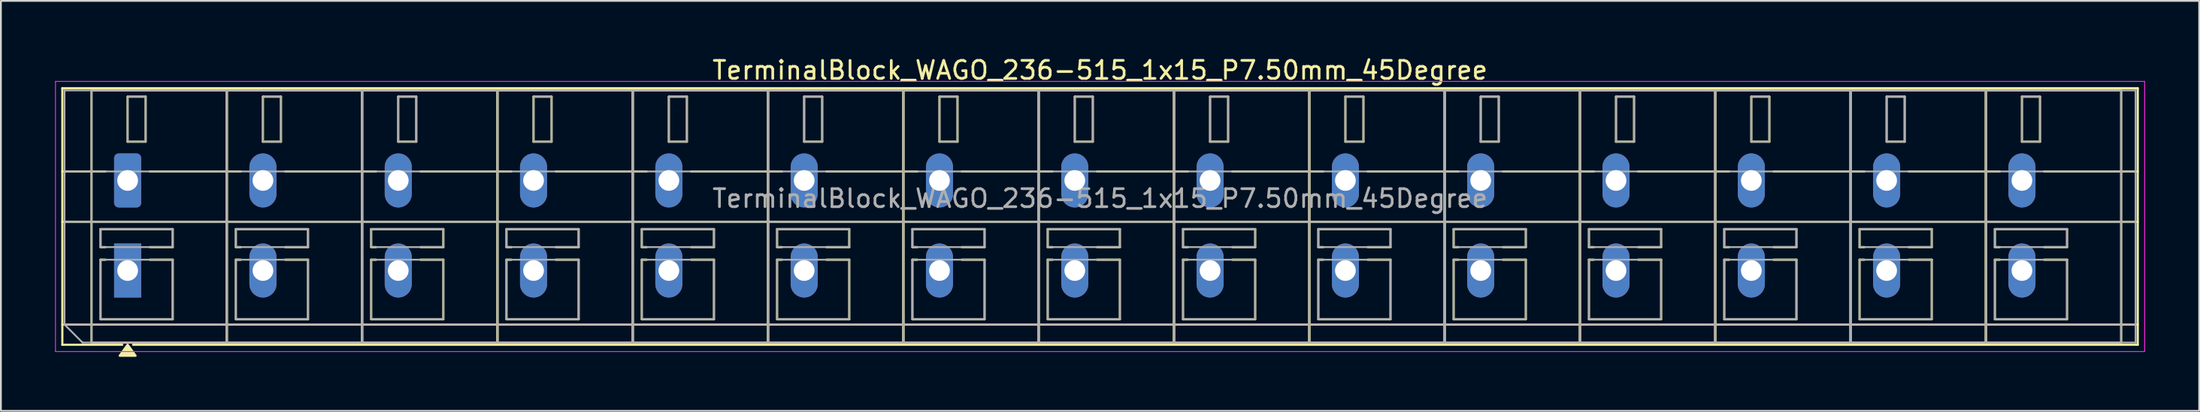
<source format=kicad_pcb>
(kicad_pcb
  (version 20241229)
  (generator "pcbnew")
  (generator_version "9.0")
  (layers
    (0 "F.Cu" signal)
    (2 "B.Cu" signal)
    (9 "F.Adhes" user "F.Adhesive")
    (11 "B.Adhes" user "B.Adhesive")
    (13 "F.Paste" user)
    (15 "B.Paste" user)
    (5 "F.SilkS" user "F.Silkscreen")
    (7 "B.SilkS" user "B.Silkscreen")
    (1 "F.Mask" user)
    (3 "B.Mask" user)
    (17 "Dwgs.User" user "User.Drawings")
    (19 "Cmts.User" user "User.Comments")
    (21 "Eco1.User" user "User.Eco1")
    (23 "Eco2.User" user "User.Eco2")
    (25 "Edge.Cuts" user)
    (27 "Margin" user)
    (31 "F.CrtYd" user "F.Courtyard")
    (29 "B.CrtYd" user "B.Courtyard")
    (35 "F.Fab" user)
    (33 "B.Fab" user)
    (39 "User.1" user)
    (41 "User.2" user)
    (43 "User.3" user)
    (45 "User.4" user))
  (footprint "TerminalBlock_WAGO_236-515_1x15_P7.50mm_45Degree"
    (layer "F.Cu")
    (at 4.025 6.968)
    (property "Reference" "TerminalBlock_WAGO_236-515_1x15_P7.50mm_45Degree" (at 53.9 -6.12 0) (layer "F.SilkS") (effects (font (size 1 1) (thickness 0.15))))
    (attr through_hole)
    (fp_line (start -3.62 -5.12) (end 111.42 -5.12) (stroke (width 0.12) (type solid)) (layer "F.SilkS"))
    (fp_line (start -3.62 -0.5) (end -1.23 -0.5) (stroke (width 0.12) (type solid)) (layer "F.SilkS"))
    (fp_line (start -3.62 2.3) (end 111.42 2.3) (stroke (width 0.12) (type solid)) (layer "F.SilkS"))
    (fp_line (start -3.62 8) (end 111.42 8) (stroke (width 0.12) (type solid)) (layer "F.SilkS"))
    (fp_line (start -3.62 9.12) (end -3.62 -5.12) (stroke (width 0.12) (type solid)) (layer "F.SilkS"))
    (fp_line (start -2 -5) (end 5.5 -5) (stroke (width 0.12) (type solid)) (layer "F.SilkS"))
    (fp_line (start -2 9) (end -2 -5) (stroke (width 0.12) (type solid)) (layer "F.SilkS"))
    (fp_line (start -1.5 2.7) (end 2.5 2.7) (stroke (width 0.12) (type solid)) (layer "F.SilkS"))
    (fp_line (start -1.5 3.7) (end -1.5 2.7) (stroke (width 0.12) (type solid)) (layer "F.SilkS"))
    (fp_line (start -1.5 4.4) (end -1.23 4.4) (stroke (width 0.12) (type solid)) (layer "F.SilkS"))
    (fp_line (start -1.5 7.7) (end -1.5 4.4) (stroke (width 0.12) (type solid)) (layer "F.SilkS"))
    (fp_line (start -1.23 3.7) (end -1.5 3.7) (stroke (width 0.12) (type solid)) (layer "F.SilkS"))
    (fp_line (start -0.3 9.12) (end -3.62 9.12) (stroke (width 0.12) (type solid)) (layer "F.SilkS"))
    (fp_line (start 0 -4.65) (end 1 -4.65) (stroke (width 0.12) (type solid)) (layer "F.SilkS"))
    (fp_line (start 0 -2.15) (end 0 -4.65) (stroke (width 0.12) (type solid)) (layer "F.SilkS"))
    (fp_line (start 1 -4.65) (end 1 -2.15) (stroke (width 0.12) (type solid)) (layer "F.SilkS"))
    (fp_line (start 1 -2.15) (end 0 -2.15) (stroke (width 0.12) (type solid)) (layer "F.SilkS"))
    (fp_line (start 1.23 -0.5) (end 6.27 -0.5) (stroke (width 0.12) (type solid)) (layer "F.SilkS"))
    (fp_line (start 1.23 4.4) (end 2.5 4.4) (stroke (width 0.12) (type solid)) (layer "F.SilkS"))
    (fp_line (start 2.5 2.7) (end 2.5 3.7) (stroke (width 0.12) (type solid)) (layer "F.SilkS"))
    (fp_line (start 2.5 3.7) (end 1.23 3.7) (stroke (width 0.12) (type solid)) (layer "F.SilkS"))
    (fp_line (start 2.5 4.4) (end 2.5 7.7) (stroke (width 0.12) (type solid)) (layer "F.SilkS"))
    (fp_line (start 2.5 7.7) (end -1.5 7.7) (stroke (width 0.12) (type solid)) (layer "F.SilkS"))
    (fp_line (start 5.5 -5) (end 5.5 9) (stroke (width 0.12) (type solid)) (layer "F.SilkS"))
    (fp_line (start 5.5 -5) (end 13 -5) (stroke (width 0.12) (type solid)) (layer "F.SilkS"))
    (fp_line (start 5.5 9) (end -2 9) (stroke (width 0.12) (type solid)) (layer "F.SilkS"))
    (fp_line (start 5.5 9) (end 5.5 -5) (stroke (width 0.12) (type solid)) (layer "F.SilkS"))
    (fp_line (start 6 2.7) (end 10 2.7) (stroke (width 0.12) (type solid)) (layer "F.SilkS"))
    (fp_line (start 6 3.7) (end 6 2.7) (stroke (width 0.12) (type solid)) (layer "F.SilkS"))
    (fp_line (start 6 4.4) (end 6.27 4.4) (stroke (width 0.12) (type solid)) (layer "F.SilkS"))
    (fp_line (start 6 7.7) (end 6 4.4) (stroke (width 0.12) (type solid)) (layer "F.SilkS"))
    (fp_line (start 6.27 3.7) (end 6 3.7) (stroke (width 0.12) (type solid)) (layer "F.SilkS"))
    (fp_line (start 7.5 -4.65) (end 8.5 -4.65) (stroke (width 0.12) (type solid)) (layer "F.SilkS"))
    (fp_line (start 7.5 -2.15) (end 7.5 -4.65) (stroke (width 0.12) (type solid)) (layer "F.SilkS"))
    (fp_line (start 8.5 -4.65) (end 8.5 -2.15) (stroke (width 0.12) (type solid)) (layer "F.SilkS"))
    (fp_line (start 8.5 -2.15) (end 7.5 -2.15) (stroke (width 0.12) (type solid)) (layer "F.SilkS"))
    (fp_line (start 8.73 -0.5) (end 13.77 -0.5) (stroke (width 0.12) (type solid)) (layer "F.SilkS"))
    (fp_line (start 8.73 4.4) (end 10 4.4) (stroke (width 0.12) (type solid)) (layer "F.SilkS"))
    (fp_line (start 10 2.7) (end 10 3.7) (stroke (width 0.12) (type solid)) (layer "F.SilkS"))
    (fp_line (start 10 3.7) (end 8.73 3.7) (stroke (width 0.12) (type solid)) (layer "F.SilkS"))
    (fp_line (start 10 4.4) (end 10 7.7) (stroke (width 0.12) (type solid)) (layer "F.SilkS"))
    (fp_line (start 10 7.7) (end 6 7.7) (stroke (width 0.12) (type solid)) (layer "F.SilkS"))
    (fp_line (start 13 -5) (end 13 9) (stroke (width 0.12) (type solid)) (layer "F.SilkS"))
    (fp_line (start 13 -5) (end 20.5 -5) (stroke (width 0.12) (type solid)) (layer "F.SilkS"))
    (fp_line (start 13 9) (end 5.5 9) (stroke (width 0.12) (type solid)) (layer "F.SilkS"))
    (fp_line (start 13 9) (end 13 -5) (stroke (width 0.12) (type solid)) (layer "F.SilkS"))
    (fp_line (start 13.5 2.7) (end 17.5 2.7) (stroke (width 0.12) (type solid)) (layer "F.SilkS"))
    (fp_line (start 13.5 3.7) (end 13.5 2.7) (stroke (width 0.12) (type solid)) (layer "F.SilkS"))
    (fp_line (start 13.5 4.4) (end 13.77 4.4) (stroke (width 0.12) (type solid)) (layer "F.SilkS"))
    (fp_line (start 13.5 7.7) (end 13.5 4.4) (stroke (width 0.12) (type solid)) (layer "F.SilkS"))
    (fp_line (start 13.77 3.7) (end 13.5 3.7) (stroke (width 0.12) (type solid)) (layer "F.SilkS"))
    (fp_line (start 15 -4.65) (end 16 -4.65) (stroke (width 0.12) (type solid)) (layer "F.SilkS"))
    (fp_line (start 15 -2.15) (end 15 -4.65) (stroke (width 0.12) (type solid)) (layer "F.SilkS"))
    (fp_line (start 16 -4.65) (end 16 -2.15) (stroke (width 0.12) (type solid)) (layer "F.SilkS"))
    (fp_line (start 16 -2.15) (end 15 -2.15) (stroke (width 0.12) (type solid)) (layer "F.SilkS"))
    (fp_line (start 16.23 -0.5) (end 21.27 -0.5) (stroke (width 0.12) (type solid)) (layer "F.SilkS"))
    (fp_line (start 16.23 4.4) (end 17.5 4.4) (stroke (width 0.12) (type solid)) (layer "F.SilkS"))
    (fp_line (start 17.5 2.7) (end 17.5 3.7) (stroke (width 0.12) (type solid)) (layer "F.SilkS"))
    (fp_line (start 17.5 3.7) (end 16.23 3.7) (stroke (width 0.12) (type solid)) (layer "F.SilkS"))
    (fp_line (start 17.5 4.4) (end 17.5 7.7) (stroke (width 0.12) (type solid)) (layer "F.SilkS"))
    (fp_line (start 17.5 7.7) (end 13.5 7.7) (stroke (width 0.12) (type solid)) (layer "F.SilkS"))
    (fp_line (start 20.5 -5) (end 20.5 9) (stroke (width 0.12) (type solid)) (layer "F.SilkS"))
    (fp_line (start 20.5 -5) (end 28 -5) (stroke (width 0.12) (type solid)) (layer "F.SilkS"))
    (fp_line (start 20.5 9) (end 13 9) (stroke (width 0.12) (type solid)) (layer "F.SilkS"))
    (fp_line (start 20.5 9) (end 20.5 -5) (stroke (width 0.12) (type solid)) (layer "F.SilkS"))
    (fp_line (start 21 2.7) (end 25 2.7) (stroke (width 0.12) (type solid)) (layer "F.SilkS"))
    (fp_line (start 21 3.7) (end 21 2.7) (stroke (width 0.12) (type solid)) (layer "F.SilkS"))
    (fp_line (start 21 4.4) (end 21.27 4.4) (stroke (width 0.12) (type solid)) (layer "F.SilkS"))
    (fp_line (start 21 7.7) (end 21 4.4) (stroke (width 0.12) (type solid)) (layer "F.SilkS"))
    (fp_line (start 21.27 3.7) (end 21 3.7) (stroke (width 0.12) (type solid)) (layer "F.SilkS"))
    (fp_line (start 22.5 -4.65) (end 23.5 -4.65) (stroke (width 0.12) (type solid)) (layer "F.SilkS"))
    (fp_line (start 22.5 -2.15) (end 22.5 -4.65) (stroke (width 0.12) (type solid)) (layer "F.SilkS"))
    (fp_line (start 23.5 -4.65) (end 23.5 -2.15) (stroke (width 0.12) (type solid)) (layer "F.SilkS"))
    (fp_line (start 23.5 -2.15) (end 22.5 -2.15) (stroke (width 0.12) (type solid)) (layer "F.SilkS"))
    (fp_line (start 23.73 -0.5) (end 28.77 -0.5) (stroke (width 0.12) (type solid)) (layer "F.SilkS"))
    (fp_line (start 23.73 4.4) (end 25 4.4) (stroke (width 0.12) (type solid)) (layer "F.SilkS"))
    (fp_line (start 25 2.7) (end 25 3.7) (stroke (width 0.12) (type solid)) (layer "F.SilkS"))
    (fp_line (start 25 3.7) (end 23.73 3.7) (stroke (width 0.12) (type solid)) (layer "F.SilkS"))
    (fp_line (start 25 4.4) (end 25 7.7) (stroke (width 0.12) (type solid)) (layer "F.SilkS"))
    (fp_line (start 25 7.7) (end 21 7.7) (stroke (width 0.12) (type solid)) (layer "F.SilkS"))
    (fp_line (start 28 -5) (end 28 9) (stroke (width 0.12) (type solid)) (layer "F.SilkS"))
    (fp_line (start 28 -5) (end 35.5 -5) (stroke (width 0.12) (type solid)) (layer "F.SilkS"))
    (fp_line (start 28 9) (end 20.5 9) (stroke (width 0.12) (type solid)) (layer "F.SilkS"))
    (fp_line (start 28 9) (end 28 -5) (stroke (width 0.12) (type solid)) (layer "F.SilkS"))
    (fp_line (start 28.5 2.7) (end 32.5 2.7) (stroke (width 0.12) (type solid)) (layer "F.SilkS"))
    (fp_line (start 28.5 3.7) (end 28.5 2.7) (stroke (width 0.12) (type solid)) (layer "F.SilkS"))
    (fp_line (start 28.5 4.4) (end 28.77 4.4) (stroke (width 0.12) (type solid)) (layer "F.SilkS"))
    (fp_line (start 28.5 7.7) (end 28.5 4.4) (stroke (width 0.12) (type solid)) (layer "F.SilkS"))
    (fp_line (start 28.77 3.7) (end 28.5 3.7) (stroke (width 0.12) (type solid)) (layer "F.SilkS"))
    (fp_line (start 30 -4.65) (end 31 -4.65) (stroke (width 0.12) (type solid)) (layer "F.SilkS"))
    (fp_line (start 30 -2.15) (end 30 -4.65) (stroke (width 0.12) (type solid)) (layer "F.SilkS"))
    (fp_line (start 31 -4.65) (end 31 -2.15) (stroke (width 0.12) (type solid)) (layer "F.SilkS"))
    (fp_line (start 31 -2.15) (end 30 -2.15) (stroke (width 0.12) (type solid)) (layer "F.SilkS"))
    (fp_line (start 31.23 -0.5) (end 36.27 -0.5) (stroke (width 0.12) (type solid)) (layer "F.SilkS"))
    (fp_line (start 31.23 4.4) (end 32.5 4.4) (stroke (width 0.12) (type solid)) (layer "F.SilkS"))
    (fp_line (start 32.5 2.7) (end 32.5 3.7) (stroke (width 0.12) (type solid)) (layer "F.SilkS"))
    (fp_line (start 32.5 3.7) (end 31.23 3.7) (stroke (width 0.12) (type solid)) (layer "F.SilkS"))
    (fp_line (start 32.5 4.4) (end 32.5 7.7) (stroke (width 0.12) (type solid)) (layer "F.SilkS"))
    (fp_line (start 32.5 7.7) (end 28.5 7.7) (stroke (width 0.12) (type solid)) (layer "F.SilkS"))
    (fp_line (start 35.5 -5) (end 35.5 9) (stroke (width 0.12) (type solid)) (layer "F.SilkS"))
    (fp_line (start 35.5 -5) (end 43 -5) (stroke (width 0.12) (type solid)) (layer "F.SilkS"))
    (fp_line (start 35.5 9) (end 28 9) (stroke (width 0.12) (type solid)) (layer "F.SilkS"))
    (fp_line (start 35.5 9) (end 35.5 -5) (stroke (width 0.12) (type solid)) (layer "F.SilkS"))
    (fp_line (start 36 2.7) (end 40 2.7) (stroke (width 0.12) (type solid)) (layer "F.SilkS"))
    (fp_line (start 36 3.7) (end 36 2.7) (stroke (width 0.12) (type solid)) (layer "F.SilkS"))
    (fp_line (start 36 4.4) (end 36.27 4.4) (stroke (width 0.12) (type solid)) (layer "F.SilkS"))
    (fp_line (start 36 7.7) (end 36 4.4) (stroke (width 0.12) (type solid)) (layer "F.SilkS"))
    (fp_line (start 36.27 3.7) (end 36 3.7) (stroke (width 0.12) (type solid)) (layer "F.SilkS"))
    (fp_line (start 37.5 -4.65) (end 38.5 -4.65) (stroke (width 0.12) (type solid)) (layer "F.SilkS"))
    (fp_line (start 37.5 -2.15) (end 37.5 -4.65) (stroke (width 0.12) (type solid)) (layer "F.SilkS"))
    (fp_line (start 38.5 -4.65) (end 38.5 -2.15) (stroke (width 0.12) (type solid)) (layer "F.SilkS"))
    (fp_line (start 38.5 -2.15) (end 37.5 -2.15) (stroke (width 0.12) (type solid)) (layer "F.SilkS"))
    (fp_line (start 38.73 -0.5) (end 43.77 -0.5) (stroke (width 0.12) (type solid)) (layer "F.SilkS"))
    (fp_line (start 38.73 4.4) (end 40 4.4) (stroke (width 0.12) (type solid)) (layer "F.SilkS"))
    (fp_line (start 40 2.7) (end 40 3.7) (stroke (width 0.12) (type solid)) (layer "F.SilkS"))
    (fp_line (start 40 3.7) (end 38.73 3.7) (stroke (width 0.12) (type solid)) (layer "F.SilkS"))
    (fp_line (start 40 4.4) (end 40 7.7) (stroke (width 0.12) (type solid)) (layer "F.SilkS"))
    (fp_line (start 40 7.7) (end 36 7.7) (stroke (width 0.12) (type solid)) (layer "F.SilkS"))
    (fp_line (start 43 -5) (end 43 9) (stroke (width 0.12) (type solid)) (layer "F.SilkS"))
    (fp_line (start 43 -5) (end 50.5 -5) (stroke (width 0.12) (type solid)) (layer "F.SilkS"))
    (fp_line (start 43 9) (end 35.5 9) (stroke (width 0.12) (type solid)) (layer "F.SilkS"))
    (fp_line (start 43 9) (end 43 -5) (stroke (width 0.12) (type solid)) (layer "F.SilkS"))
    (fp_line (start 43.5 2.7) (end 47.5 2.7) (stroke (width 0.12) (type solid)) (layer "F.SilkS"))
    (fp_line (start 43.5 3.7) (end 43.5 2.7) (stroke (width 0.12) (type solid)) (layer "F.SilkS"))
    (fp_line (start 43.5 4.4) (end 43.77 4.4) (stroke (width 0.12) (type solid)) (layer "F.SilkS"))
    (fp_line (start 43.5 7.7) (end 43.5 4.4) (stroke (width 0.12) (type solid)) (layer "F.SilkS"))
    (fp_line (start 43.77 3.7) (end 43.5 3.7) (stroke (width 0.12) (type solid)) (layer "F.SilkS"))
    (fp_line (start 45 -4.65) (end 46 -4.65) (stroke (width 0.12) (type solid)) (layer "F.SilkS"))
    (fp_line (start 45 -2.15) (end 45 -4.65) (stroke (width 0.12) (type solid)) (layer "F.SilkS"))
    (fp_line (start 46 -4.65) (end 46 -2.15) (stroke (width 0.12) (type solid)) (layer "F.SilkS"))
    (fp_line (start 46 -2.15) (end 45 -2.15) (stroke (width 0.12) (type solid)) (layer "F.SilkS"))
    (fp_line (start 46.23 -0.5) (end 51.27 -0.5) (stroke (width 0.12) (type solid)) (layer "F.SilkS"))
    (fp_line (start 46.23 4.4) (end 47.5 4.4) (stroke (width 0.12) (type solid)) (layer "F.SilkS"))
    (fp_line (start 47.5 2.7) (end 47.5 3.7) (stroke (width 0.12) (type solid)) (layer "F.SilkS"))
    (fp_line (start 47.5 3.7) (end 46.23 3.7) (stroke (width 0.12) (type solid)) (layer "F.SilkS"))
    (fp_line (start 47.5 4.4) (end 47.5 7.7) (stroke (width 0.12) (type solid)) (layer "F.SilkS"))
    (fp_line (start 47.5 7.7) (end 43.5 7.7) (stroke (width 0.12) (type solid)) (layer "F.SilkS"))
    (fp_line (start 50.5 -5) (end 50.5 9) (stroke (width 0.12) (type solid)) (layer "F.SilkS"))
    (fp_line (start 50.5 -5) (end 58 -5) (stroke (width 0.12) (type solid)) (layer "F.SilkS"))
    (fp_line (start 50.5 9) (end 43 9) (stroke (width 0.12) (type solid)) (layer "F.SilkS"))
    (fp_line (start 50.5 9) (end 50.5 -5) (stroke (width 0.12) (type solid)) (layer "F.SilkS"))
    (fp_line (start 51 2.7) (end 55 2.7) (stroke (width 0.12) (type solid)) (layer "F.SilkS"))
    (fp_line (start 51 3.7) (end 51 2.7) (stroke (width 0.12) (type solid)) (layer "F.SilkS"))
    (fp_line (start 51 4.4) (end 51.27 4.4) (stroke (width 0.12) (type solid)) (layer "F.SilkS"))
    (fp_line (start 51 7.7) (end 51 4.4) (stroke (width 0.12) (type solid)) (layer "F.SilkS"))
    (fp_line (start 51.27 3.7) (end 51 3.7) (stroke (width 0.12) (type solid)) (layer "F.SilkS"))
    (fp_line (start 52.5 -4.65) (end 53.5 -4.65) (stroke (width 0.12) (type solid)) (layer "F.SilkS"))
    (fp_line (start 52.5 -2.15) (end 52.5 -4.65) (stroke (width 0.12) (type solid)) (layer "F.SilkS"))
    (fp_line (start 53.5 -4.65) (end 53.5 -2.15) (stroke (width 0.12) (type solid)) (layer "F.SilkS"))
    (fp_line (start 53.5 -2.15) (end 52.5 -2.15) (stroke (width 0.12) (type solid)) (layer "F.SilkS"))
    (fp_line (start 53.73 -0.5) (end 58.77 -0.5) (stroke (width 0.12) (type solid)) (layer "F.SilkS"))
    (fp_line (start 53.73 4.4) (end 55 4.4) (stroke (width 0.12) (type solid)) (layer "F.SilkS"))
    (fp_line (start 55 2.7) (end 55 3.7) (stroke (width 0.12) (type solid)) (layer "F.SilkS"))
    (fp_line (start 55 3.7) (end 53.73 3.7) (stroke (width 0.12) (type solid)) (layer "F.SilkS"))
    (fp_line (start 55 4.4) (end 55 7.7) (stroke (width 0.12) (type solid)) (layer "F.SilkS"))
    (fp_line (start 55 7.7) (end 51 7.7) (stroke (width 0.12) (type solid)) (layer "F.SilkS"))
    (fp_line (start 58 -5) (end 58 9) (stroke (width 0.12) (type solid)) (layer "F.SilkS"))
    (fp_line (start 58 -5) (end 65.5 -5) (stroke (width 0.12) (type solid)) (layer "F.SilkS"))
    (fp_line (start 58 9) (end 50.5 9) (stroke (width 0.12) (type solid)) (layer "F.SilkS"))
    (fp_line (start 58 9) (end 58 -5) (stroke (width 0.12) (type solid)) (layer "F.SilkS"))
    (fp_line (start 58.5 2.7) (end 62.5 2.7) (stroke (width 0.12) (type solid)) (layer "F.SilkS"))
    (fp_line (start 58.5 3.7) (end 58.5 2.7) (stroke (width 0.12) (type solid)) (layer "F.SilkS"))
    (fp_line (start 58.5 4.4) (end 58.77 4.4) (stroke (width 0.12) (type solid)) (layer "F.SilkS"))
    (fp_line (start 58.5 7.7) (end 58.5 4.4) (stroke (width 0.12) (type solid)) (layer "F.SilkS"))
    (fp_line (start 58.77 3.7) (end 58.5 3.7) (stroke (width 0.12) (type solid)) (layer "F.SilkS"))
    (fp_line (start 60 -4.65) (end 61 -4.65) (stroke (width 0.12) (type solid)) (layer "F.SilkS"))
    (fp_line (start 60 -2.15) (end 60 -4.65) (stroke (width 0.12) (type solid)) (layer "F.SilkS"))
    (fp_line (start 61 -4.65) (end 61 -2.15) (stroke (width 0.12) (type solid)) (layer "F.SilkS"))
    (fp_line (start 61 -2.15) (end 60 -2.15) (stroke (width 0.12) (type solid)) (layer "F.SilkS"))
    (fp_line (start 61.23 -0.5) (end 66.27 -0.5) (stroke (width 0.12) (type solid)) (layer "F.SilkS"))
    (fp_line (start 61.23 4.4) (end 62.5 4.4) (stroke (width 0.12) (type solid)) (layer "F.SilkS"))
    (fp_line (start 62.5 2.7) (end 62.5 3.7) (stroke (width 0.12) (type solid)) (layer "F.SilkS"))
    (fp_line (start 62.5 3.7) (end 61.23 3.7) (stroke (width 0.12) (type solid)) (layer "F.SilkS"))
    (fp_line (start 62.5 4.4) (end 62.5 7.7) (stroke (width 0.12) (type solid)) (layer "F.SilkS"))
    (fp_line (start 62.5 7.7) (end 58.5 7.7) (stroke (width 0.12) (type solid)) (layer "F.SilkS"))
    (fp_line (start 65.5 -5) (end 65.5 9) (stroke (width 0.12) (type solid)) (layer "F.SilkS"))
    (fp_line (start 65.5 -5) (end 73 -5) (stroke (width 0.12) (type solid)) (layer "F.SilkS"))
    (fp_line (start 65.5 9) (end 58 9) (stroke (width 0.12) (type solid)) (layer "F.SilkS"))
    (fp_line (start 65.5 9) (end 65.5 -5) (stroke (width 0.12) (type solid)) (layer "F.SilkS"))
    (fp_line (start 66 2.7) (end 70 2.7) (stroke (width 0.12) (type solid)) (layer "F.SilkS"))
    (fp_line (start 66 3.7) (end 66 2.7) (stroke (width 0.12) (type solid)) (layer "F.SilkS"))
    (fp_line (start 66 4.4) (end 66.27 4.4) (stroke (width 0.12) (type solid)) (layer "F.SilkS"))
    (fp_line (start 66 7.7) (end 66 4.4) (stroke (width 0.12) (type solid)) (layer "F.SilkS"))
    (fp_line (start 66.27 3.7) (end 66 3.7) (stroke (width 0.12) (type solid)) (layer "F.SilkS"))
    (fp_line (start 67.5 -4.65) (end 68.5 -4.65) (stroke (width 0.12) (type solid)) (layer "F.SilkS"))
    (fp_line (start 67.5 -2.15) (end 67.5 -4.65) (stroke (width 0.12) (type solid)) (layer "F.SilkS"))
    (fp_line (start 68.5 -4.65) (end 68.5 -2.15) (stroke (width 0.12) (type solid)) (layer "F.SilkS"))
    (fp_line (start 68.5 -2.15) (end 67.5 -2.15) (stroke (width 0.12) (type solid)) (layer "F.SilkS"))
    (fp_line (start 68.73 -0.5) (end 73.77 -0.5) (stroke (width 0.12) (type solid)) (layer "F.SilkS"))
    (fp_line (start 68.73 4.4) (end 70 4.4) (stroke (width 0.12) (type solid)) (layer "F.SilkS"))
    (fp_line (start 70 2.7) (end 70 3.7) (stroke (width 0.12) (type solid)) (layer "F.SilkS"))
    (fp_line (start 70 3.7) (end 68.73 3.7) (stroke (width 0.12) (type solid)) (layer "F.SilkS"))
    (fp_line (start 70 4.4) (end 70 7.7) (stroke (width 0.12) (type solid)) (layer "F.SilkS"))
    (fp_line (start 70 7.7) (end 66 7.7) (stroke (width 0.12) (type solid)) (layer "F.SilkS"))
    (fp_line (start 73 -5) (end 73 9) (stroke (width 0.12) (type solid)) (layer "F.SilkS"))
    (fp_line (start 73 -5) (end 80.5 -5) (stroke (width 0.12) (type solid)) (layer "F.SilkS"))
    (fp_line (start 73 9) (end 65.5 9) (stroke (width 0.12) (type solid)) (layer "F.SilkS"))
    (fp_line (start 73 9) (end 73 -5) (stroke (width 0.12) (type solid)) (layer "F.SilkS"))
    (fp_line (start 73.5 2.7) (end 77.5 2.7) (stroke (width 0.12) (type solid)) (layer "F.SilkS"))
    (fp_line (start 73.5 3.7) (end 73.5 2.7) (stroke (width 0.12) (type solid)) (layer "F.SilkS"))
    (fp_line (start 73.5 4.4) (end 73.77 4.4) (stroke (width 0.12) (type solid)) (layer "F.SilkS"))
    (fp_line (start 73.5 7.7) (end 73.5 4.4) (stroke (width 0.12) (type solid)) (layer "F.SilkS"))
    (fp_line (start 73.77 3.7) (end 73.5 3.7) (stroke (width 0.12) (type solid)) (layer "F.SilkS"))
    (fp_line (start 75 -4.65) (end 76 -4.65) (stroke (width 0.12) (type solid)) (layer "F.SilkS"))
    (fp_line (start 75 -2.15) (end 75 -4.65) (stroke (width 0.12) (type solid)) (layer "F.SilkS"))
    (fp_line (start 76 -4.65) (end 76 -2.15) (stroke (width 0.12) (type solid)) (layer "F.SilkS"))
    (fp_line (start 76 -2.15) (end 75 -2.15) (stroke (width 0.12) (type solid)) (layer "F.SilkS"))
    (fp_line (start 76.23 -0.5) (end 81.27 -0.5) (stroke (width 0.12) (type solid)) (layer "F.SilkS"))
    (fp_line (start 76.23 4.4) (end 77.5 4.4) (stroke (width 0.12) (type solid)) (layer "F.SilkS"))
    (fp_line (start 77.5 2.7) (end 77.5 3.7) (stroke (width 0.12) (type solid)) (layer "F.SilkS"))
    (fp_line (start 77.5 3.7) (end 76.23 3.7) (stroke (width 0.12) (type solid)) (layer "F.SilkS"))
    (fp_line (start 77.5 4.4) (end 77.5 7.7) (stroke (width 0.12) (type solid)) (layer "F.SilkS"))
    (fp_line (start 77.5 7.7) (end 73.5 7.7) (stroke (width 0.12) (type solid)) (layer "F.SilkS"))
    (fp_line (start 80.5 -5) (end 80.5 9) (stroke (width 0.12) (type solid)) (layer "F.SilkS"))
    (fp_line (start 80.5 -5) (end 88 -5) (stroke (width 0.12) (type solid)) (layer "F.SilkS"))
    (fp_line (start 80.5 9) (end 73 9) (stroke (width 0.12) (type solid)) (layer "F.SilkS"))
    (fp_line (start 80.5 9) (end 80.5 -5) (stroke (width 0.12) (type solid)) (layer "F.SilkS"))
    (fp_line (start 81 2.7) (end 85 2.7) (stroke (width 0.12) (type solid)) (layer "F.SilkS"))
    (fp_line (start 81 3.7) (end 81 2.7) (stroke (width 0.12) (type solid)) (layer "F.SilkS"))
    (fp_line (start 81 4.4) (end 81.27 4.4) (stroke (width 0.12) (type solid)) (layer "F.SilkS"))
    (fp_line (start 81 7.7) (end 81 4.4) (stroke (width 0.12) (type solid)) (layer "F.SilkS"))
    (fp_line (start 81.27 3.7) (end 81 3.7) (stroke (width 0.12) (type solid)) (layer "F.SilkS"))
    (fp_line (start 82.5 -4.65) (end 83.5 -4.65) (stroke (width 0.12) (type solid)) (layer "F.SilkS"))
    (fp_line (start 82.5 -2.15) (end 82.5 -4.65) (stroke (width 0.12) (type solid)) (layer "F.SilkS"))
    (fp_line (start 83.5 -4.65) (end 83.5 -2.15) (stroke (width 0.12) (type solid)) (layer "F.SilkS"))
    (fp_line (start 83.5 -2.15) (end 82.5 -2.15) (stroke (width 0.12) (type solid)) (layer "F.SilkS"))
    (fp_line (start 83.73 -0.5) (end 88.77 -0.5) (stroke (width 0.12) (type solid)) (layer "F.SilkS"))
    (fp_line (start 83.73 4.4) (end 85 4.4) (stroke (width 0.12) (type solid)) (layer "F.SilkS"))
    (fp_line (start 85 2.7) (end 85 3.7) (stroke (width 0.12) (type solid)) (layer "F.SilkS"))
    (fp_line (start 85 3.7) (end 83.73 3.7) (stroke (width 0.12) (type solid)) (layer "F.SilkS"))
    (fp_line (start 85 4.4) (end 85 7.7) (stroke (width 0.12) (type solid)) (layer "F.SilkS"))
    (fp_line (start 85 7.7) (end 81 7.7) (stroke (width 0.12) (type solid)) (layer "F.SilkS"))
    (fp_line (start 88 -5) (end 88 9) (stroke (width 0.12) (type solid)) (layer "F.SilkS"))
    (fp_line (start 88 -5) (end 95.5 -5) (stroke (width 0.12) (type solid)) (layer "F.SilkS"))
    (fp_line (start 88 9) (end 80.5 9) (stroke (width 0.12) (type solid)) (layer "F.SilkS"))
    (fp_line (start 88 9) (end 88 -5) (stroke (width 0.12) (type solid)) (layer "F.SilkS"))
    (fp_line (start 88.5 2.7) (end 92.5 2.7) (stroke (width 0.12) (type solid)) (layer "F.SilkS"))
    (fp_line (start 88.5 3.7) (end 88.5 2.7) (stroke (width 0.12) (type solid)) (layer "F.SilkS"))
    (fp_line (start 88.5 4.4) (end 88.77 4.4) (stroke (width 0.12) (type solid)) (layer "F.SilkS"))
    (fp_line (start 88.5 7.7) (end 88.5 4.4) (stroke (width 0.12) (type solid)) (layer "F.SilkS"))
    (fp_line (start 88.77 3.7) (end 88.5 3.7) (stroke (width 0.12) (type solid)) (layer "F.SilkS"))
    (fp_line (start 90 -4.65) (end 91 -4.65) (stroke (width 0.12) (type solid)) (layer "F.SilkS"))
    (fp_line (start 90 -2.15) (end 90 -4.65) (stroke (width 0.12) (type solid)) (layer "F.SilkS"))
    (fp_line (start 91 -4.65) (end 91 -2.15) (stroke (width 0.12) (type solid)) (layer "F.SilkS"))
    (fp_line (start 91 -2.15) (end 90 -2.15) (stroke (width 0.12) (type solid)) (layer "F.SilkS"))
    (fp_line (start 91.23 -0.5) (end 96.27 -0.5) (stroke (width 0.12) (type solid)) (layer "F.SilkS"))
    (fp_line (start 91.23 4.4) (end 92.5 4.4) (stroke (width 0.12) (type solid)) (layer "F.SilkS"))
    (fp_line (start 92.5 2.7) (end 92.5 3.7) (stroke (width 0.12) (type solid)) (layer "F.SilkS"))
    (fp_line (start 92.5 3.7) (end 91.23 3.7) (stroke (width 0.12) (type solid)) (layer "F.SilkS"))
    (fp_line (start 92.5 4.4) (end 92.5 7.7) (stroke (width 0.12) (type solid)) (layer "F.SilkS"))
    (fp_line (start 92.5 7.7) (end 88.5 7.7) (stroke (width 0.12) (type solid)) (layer "F.SilkS"))
    (fp_line (start 95.5 -5) (end 95.5 9) (stroke (width 0.12) (type solid)) (layer "F.SilkS"))
    (fp_line (start 95.5 -5) (end 103 -5) (stroke (width 0.12) (type solid)) (layer "F.SilkS"))
    (fp_line (start 95.5 9) (end 88 9) (stroke (width 0.12) (type solid)) (layer "F.SilkS"))
    (fp_line (start 95.5 9) (end 95.5 -5) (stroke (width 0.12) (type solid)) (layer "F.SilkS"))
    (fp_line (start 96 2.7) (end 100 2.7) (stroke (width 0.12) (type solid)) (layer "F.SilkS"))
    (fp_line (start 96 3.7) (end 96 2.7) (stroke (width 0.12) (type solid)) (layer "F.SilkS"))
    (fp_line (start 96 4.4) (end 96.27 4.4) (stroke (width 0.12) (type solid)) (layer "F.SilkS"))
    (fp_line (start 96 7.7) (end 96 4.4) (stroke (width 0.12) (type solid)) (layer "F.SilkS"))
    (fp_line (start 96.27 3.7) (end 96 3.7) (stroke (width 0.12) (type solid)) (layer "F.SilkS"))
    (fp_line (start 97.5 -4.65) (end 98.5 -4.65) (stroke (width 0.12) (type solid)) (layer "F.SilkS"))
    (fp_line (start 97.5 -2.15) (end 97.5 -4.65) (stroke (width 0.12) (type solid)) (layer "F.SilkS"))
    (fp_line (start 98.5 -4.65) (end 98.5 -2.15) (stroke (width 0.12) (type solid)) (layer "F.SilkS"))
    (fp_line (start 98.5 -2.15) (end 97.5 -2.15) (stroke (width 0.12) (type solid)) (layer "F.SilkS"))
    (fp_line (start 98.73 -0.5) (end 103.77 -0.5) (stroke (width 0.12) (type solid)) (layer "F.SilkS"))
    (fp_line (start 98.73 4.4) (end 100 4.4) (stroke (width 0.12) (type solid)) (layer "F.SilkS"))
    (fp_line (start 100 2.7) (end 100 3.7) (stroke (width 0.12) (type solid)) (layer "F.SilkS"))
    (fp_line (start 100 3.7) (end 98.73 3.7) (stroke (width 0.12) (type solid)) (layer "F.SilkS"))
    (fp_line (start 100 4.4) (end 100 7.7) (stroke (width 0.12) (type solid)) (layer "F.SilkS"))
    (fp_line (start 100 7.7) (end 96 7.7) (stroke (width 0.12) (type solid)) (layer "F.SilkS"))
    (fp_line (start 103 -5) (end 103 9) (stroke (width 0.12) (type solid)) (layer "F.SilkS"))
    (fp_line (start 103 -5) (end 110.5 -5) (stroke (width 0.12) (type solid)) (layer "F.SilkS"))
    (fp_line (start 103 9) (end 95.5 9) (stroke (width 0.12) (type solid)) (layer "F.SilkS"))
    (fp_line (start 103 9) (end 103 -5) (stroke (width 0.12) (type solid)) (layer "F.SilkS"))
    (fp_line (start 103.5 2.7) (end 107.5 2.7) (stroke (width 0.12) (type solid)) (layer "F.SilkS"))
    (fp_line (start 103.5 3.7) (end 103.5 2.7) (stroke (width 0.12) (type solid)) (layer "F.SilkS"))
    (fp_line (start 103.5 4.4) (end 103.77 4.4) (stroke (width 0.12) (type solid)) (layer "F.SilkS"))
    (fp_line (start 103.5 7.7) (end 103.5 4.4) (stroke (width 0.12) (type solid)) (layer "F.SilkS"))
    (fp_line (start 103.77 3.7) (end 103.5 3.7) (stroke (width 0.12) (type solid)) (layer "F.SilkS"))
    (fp_line (start 105 -4.65) (end 106 -4.65) (stroke (width 0.12) (type solid)) (layer "F.SilkS"))
    (fp_line (start 105 -2.15) (end 105 -4.65) (stroke (width 0.12) (type solid)) (layer "F.SilkS"))
    (fp_line (start 106 -4.65) (end 106 -2.15) (stroke (width 0.12) (type solid)) (layer "F.SilkS"))
    (fp_line (start 106 -2.15) (end 105 -2.15) (stroke (width 0.12) (type solid)) (layer "F.SilkS"))
    (fp_line (start 106.23 -0.5) (end 111.42 -0.5) (stroke (width 0.12) (type solid)) (layer "F.SilkS"))
    (fp_line (start 106.23 4.4) (end 107.5 4.4) (stroke (width 0.12) (type solid)) (layer "F.SilkS"))
    (fp_line (start 107.5 2.7) (end 107.5 3.7) (stroke (width 0.12) (type solid)) (layer "F.SilkS"))
    (fp_line (start 107.5 3.7) (end 106.23 3.7) (stroke (width 0.12) (type solid)) (layer "F.SilkS"))
    (fp_line (start 107.5 4.4) (end 107.5 7.7) (stroke (width 0.12) (type solid)) (layer "F.SilkS"))
    (fp_line (start 107.5 7.7) (end 103.5 7.7) (stroke (width 0.12) (type solid)) (layer "F.SilkS"))
    (fp_line (start 110.5 -5) (end 110.5 9) (stroke (width 0.12) (type solid)) (layer "F.SilkS"))
    (fp_line (start 110.5 9) (end 103 9) (stroke (width 0.12) (type solid)) (layer "F.SilkS"))
    (fp_line (start 111.42 -5.12) (end 111.42 9.12) (stroke (width 0.12) (type solid)) (layer "F.SilkS"))
    (fp_line (start 111.42 9.12) (end 0.3 9.12) (stroke (width 0.12) (type solid)) (layer "F.SilkS"))
    (fp_poly (pts (xy 0 9.12) (xy 0.44 9.73) (xy -0.44 9.73)) (stroke (width 0.12) (type solid)) (fill yes) (layer "F.SilkS"))
    (fp_line (start -4 -5.5) (end -4 9.5) (stroke (width 0.05) (type solid)) (layer "F.CrtYd"))
    (fp_line (start -4 9.5) (end 111.8 9.5) (stroke (width 0.05) (type solid)) (layer "F.CrtYd"))
    (fp_line (start 111.8 -5.5) (end -4 -5.5) (stroke (width 0.05) (type solid)) (layer "F.CrtYd"))
    (fp_line (start 111.8 9.5) (end 111.8 -5.5) (stroke (width 0.05) (type solid)) (layer "F.CrtYd"))
    (fp_line (start -3.5 -5) (end 111.3 -5) (stroke (width 0.1) (type solid)) (layer "F.Fab"))
    (fp_line (start -3.5 -0.5) (end 111.3 -0.5) (stroke (width 0.1) (type solid)) (layer "F.Fab"))
    (fp_line (start -3.5 2.3) (end 111.3 2.3) (stroke (width 0.1) (type solid)) (layer "F.Fab"))
    (fp_line (start -3.5 8) (end -3.5 -5) (stroke (width 0.1) (type solid)) (layer "F.Fab"))
    (fp_line (start -3.5 8) (end 111.3 8) (stroke (width 0.1) (type solid)) (layer "F.Fab"))
    (fp_line (start -2.5 9) (end -3.5 8) (stroke (width 0.1) (type solid)) (layer "F.Fab"))
    (fp_line (start -2 -5) (end -2 9) (stroke (width 0.1) (type solid)) (layer "F.Fab"))
    (fp_line (start -2 9) (end 5.5 9) (stroke (width 0.1) (type solid)) (layer "F.Fab"))
    (fp_line (start -1.5 2.7) (end -1.5 3.7) (stroke (width 0.1) (type solid)) (layer "F.Fab"))
    (fp_line (start -1.5 3.7) (end 2.5 3.7) (stroke (width 0.1) (type solid)) (layer "F.Fab"))
    (fp_line (start -1.5 4.4) (end -1.5 7.7) (stroke (width 0.1) (type solid)) (layer "F.Fab"))
    (fp_line (start -1.5 7.7) (end 2.5 7.7) (stroke (width 0.1) (type solid)) (layer "F.Fab"))
    (fp_line (start 0 -4.65) (end 0 -2.15) (stroke (width 0.1) (type solid)) (layer "F.Fab"))
    (fp_line (start 0 -2.15) (end 1 -2.15) (stroke (width 0.1) (type solid)) (layer "F.Fab"))
    (fp_line (start 1 -4.65) (end 0 -4.65) (stroke (width 0.1) (type solid)) (layer "F.Fab"))
    (fp_line (start 1 -2.15) (end 1 -4.65) (stroke (width 0.1) (type solid)) (layer "F.Fab"))
    (fp_line (start 2.5 2.7) (end -1.5 2.7) (stroke (width 0.1) (type solid)) (layer "F.Fab"))
    (fp_line (start 2.5 3.7) (end 2.5 2.7) (stroke (width 0.1) (type solid)) (layer "F.Fab"))
    (fp_line (start 2.5 4.4) (end -1.5 4.4) (stroke (width 0.1) (type solid)) (layer "F.Fab"))
    (fp_line (start 2.5 7.7) (end 2.5 4.4) (stroke (width 0.1) (type solid)) (layer "F.Fab"))
    (fp_line (start 5.5 -5) (end -2 -5) (stroke (width 0.1) (type solid)) (layer "F.Fab"))
    (fp_line (start 5.5 -5) (end 5.5 9) (stroke (width 0.1) (type solid)) (layer "F.Fab"))
    (fp_line (start 5.5 9) (end 5.5 -5) (stroke (width 0.1) (type solid)) (layer "F.Fab"))
    (fp_line (start 5.5 9) (end 13 9) (stroke (width 0.1) (type solid)) (layer "F.Fab"))
    (fp_line (start 6 2.7) (end 6 3.7) (stroke (width 0.1) (type solid)) (layer "F.Fab"))
    (fp_line (start 6 3.7) (end 10 3.7) (stroke (width 0.1) (type solid)) (layer "F.Fab"))
    (fp_line (start 6 4.4) (end 6 7.7) (stroke (width 0.1) (type solid)) (layer "F.Fab"))
    (fp_line (start 6 7.7) (end 10 7.7) (stroke (width 0.1) (type solid)) (layer "F.Fab"))
    (fp_line (start 7.5 -4.65) (end 7.5 -2.15) (stroke (width 0.1) (type solid)) (layer "F.Fab"))
    (fp_line (start 7.5 -2.15) (end 8.5 -2.15) (stroke (width 0.1) (type solid)) (layer "F.Fab"))
    (fp_line (start 8.5 -4.65) (end 7.5 -4.65) (stroke (width 0.1) (type solid)) (layer "F.Fab"))
    (fp_line (start 8.5 -2.15) (end 8.5 -4.65) (stroke (width 0.1) (type solid)) (layer "F.Fab"))
    (fp_line (start 10 2.7) (end 6 2.7) (stroke (width 0.1) (type solid)) (layer "F.Fab"))
    (fp_line (start 10 3.7) (end 10 2.7) (stroke (width 0.1) (type solid)) (layer "F.Fab"))
    (fp_line (start 10 4.4) (end 6 4.4) (stroke (width 0.1) (type solid)) (layer "F.Fab"))
    (fp_line (start 10 7.7) (end 10 4.4) (stroke (width 0.1) (type solid)) (layer "F.Fab"))
    (fp_line (start 13 -5) (end 5.5 -5) (stroke (width 0.1) (type solid)) (layer "F.Fab"))
    (fp_line (start 13 -5) (end 13 9) (stroke (width 0.1) (type solid)) (layer "F.Fab"))
    (fp_line (start 13 9) (end 13 -5) (stroke (width 0.1) (type solid)) (layer "F.Fab"))
    (fp_line (start 13 9) (end 20.5 9) (stroke (width 0.1) (type solid)) (layer "F.Fab"))
    (fp_line (start 13.5 2.7) (end 13.5 3.7) (stroke (width 0.1) (type solid)) (layer "F.Fab"))
    (fp_line (start 13.5 3.7) (end 17.5 3.7) (stroke (width 0.1) (type solid)) (layer "F.Fab"))
    (fp_line (start 13.5 4.4) (end 13.5 7.7) (stroke (width 0.1) (type solid)) (layer "F.Fab"))
    (fp_line (start 13.5 7.7) (end 17.5 7.7) (stroke (width 0.1) (type solid)) (layer "F.Fab"))
    (fp_line (start 15 -4.65) (end 15 -2.15) (stroke (width 0.1) (type solid)) (layer "F.Fab"))
    (fp_line (start 15 -2.15) (end 16 -2.15) (stroke (width 0.1) (type solid)) (layer "F.Fab"))
    (fp_line (start 16 -4.65) (end 15 -4.65) (stroke (width 0.1) (type solid)) (layer "F.Fab"))
    (fp_line (start 16 -2.15) (end 16 -4.65) (stroke (width 0.1) (type solid)) (layer "F.Fab"))
    (fp_line (start 17.5 2.7) (end 13.5 2.7) (stroke (width 0.1) (type solid)) (layer "F.Fab"))
    (fp_line (start 17.5 3.7) (end 17.5 2.7) (stroke (width 0.1) (type solid)) (layer "F.Fab"))
    (fp_line (start 17.5 4.4) (end 13.5 4.4) (stroke (width 0.1) (type solid)) (layer "F.Fab"))
    (fp_line (start 17.5 7.7) (end 17.5 4.4) (stroke (width 0.1) (type solid)) (layer "F.Fab"))
    (fp_line (start 20.5 -5) (end 13 -5) (stroke (width 0.1) (type solid)) (layer "F.Fab"))
    (fp_line (start 20.5 -5) (end 20.5 9) (stroke (width 0.1) (type solid)) (layer "F.Fab"))
    (fp_line (start 20.5 9) (end 20.5 -5) (stroke (width 0.1) (type solid)) (layer "F.Fab"))
    (fp_line (start 20.5 9) (end 28 9) (stroke (width 0.1) (type solid)) (layer "F.Fab"))
    (fp_line (start 21 2.7) (end 21 3.7) (stroke (width 0.1) (type solid)) (layer "F.Fab"))
    (fp_line (start 21 3.7) (end 25 3.7) (stroke (width 0.1) (type solid)) (layer "F.Fab"))
    (fp_line (start 21 4.4) (end 21 7.7) (stroke (width 0.1) (type solid)) (layer "F.Fab"))
    (fp_line (start 21 7.7) (end 25 7.7) (stroke (width 0.1) (type solid)) (layer "F.Fab"))
    (fp_line (start 22.5 -4.65) (end 22.5 -2.15) (stroke (width 0.1) (type solid)) (layer "F.Fab"))
    (fp_line (start 22.5 -2.15) (end 23.5 -2.15) (stroke (width 0.1) (type solid)) (layer "F.Fab"))
    (fp_line (start 23.5 -4.65) (end 22.5 -4.65) (stroke (width 0.1) (type solid)) (layer "F.Fab"))
    (fp_line (start 23.5 -2.15) (end 23.5 -4.65) (stroke (width 0.1) (type solid)) (layer "F.Fab"))
    (fp_line (start 25 2.7) (end 21 2.7) (stroke (width 0.1) (type solid)) (layer "F.Fab"))
    (fp_line (start 25 3.7) (end 25 2.7) (stroke (width 0.1) (type solid)) (layer "F.Fab"))
    (fp_line (start 25 4.4) (end 21 4.4) (stroke (width 0.1) (type solid)) (layer "F.Fab"))
    (fp_line (start 25 7.7) (end 25 4.4) (stroke (width 0.1) (type solid)) (layer "F.Fab"))
    (fp_line (start 28 -5) (end 20.5 -5) (stroke (width 0.1) (type solid)) (layer "F.Fab"))
    (fp_line (start 28 -5) (end 28 9) (stroke (width 0.1) (type solid)) (layer "F.Fab"))
    (fp_line (start 28 9) (end 28 -5) (stroke (width 0.1) (type solid)) (layer "F.Fab"))
    (fp_line (start 28 9) (end 35.5 9) (stroke (width 0.1) (type solid)) (layer "F.Fab"))
    (fp_line (start 28.5 2.7) (end 28.5 3.7) (stroke (width 0.1) (type solid)) (layer "F.Fab"))
    (fp_line (start 28.5 3.7) (end 32.5 3.7) (stroke (width 0.1) (type solid)) (layer "F.Fab"))
    (fp_line (start 28.5 4.4) (end 28.5 7.7) (stroke (width 0.1) (type solid)) (layer "F.Fab"))
    (fp_line (start 28.5 7.7) (end 32.5 7.7) (stroke (width 0.1) (type solid)) (layer "F.Fab"))
    (fp_line (start 30 -4.65) (end 30 -2.15) (stroke (width 0.1) (type solid)) (layer "F.Fab"))
    (fp_line (start 30 -2.15) (end 31 -2.15) (stroke (width 0.1) (type solid)) (layer "F.Fab"))
    (fp_line (start 31 -4.65) (end 30 -4.65) (stroke (width 0.1) (type solid)) (layer "F.Fab"))
    (fp_line (start 31 -2.15) (end 31 -4.65) (stroke (width 0.1) (type solid)) (layer "F.Fab"))
    (fp_line (start 32.5 2.7) (end 28.5 2.7) (stroke (width 0.1) (type solid)) (layer "F.Fab"))
    (fp_line (start 32.5 3.7) (end 32.5 2.7) (stroke (width 0.1) (type solid)) (layer "F.Fab"))
    (fp_line (start 32.5 4.4) (end 28.5 4.4) (stroke (width 0.1) (type solid)) (layer "F.Fab"))
    (fp_line (start 32.5 7.7) (end 32.5 4.4) (stroke (width 0.1) (type solid)) (layer "F.Fab"))
    (fp_line (start 35.5 -5) (end 28 -5) (stroke (width 0.1) (type solid)) (layer "F.Fab"))
    (fp_line (start 35.5 -5) (end 35.5 9) (stroke (width 0.1) (type solid)) (layer "F.Fab"))
    (fp_line (start 35.5 9) (end 35.5 -5) (stroke (width 0.1) (type solid)) (layer "F.Fab"))
    (fp_line (start 35.5 9) (end 43 9) (stroke (width 0.1) (type solid)) (layer "F.Fab"))
    (fp_line (start 36 2.7) (end 36 3.7) (stroke (width 0.1) (type solid)) (layer "F.Fab"))
    (fp_line (start 36 3.7) (end 40 3.7) (stroke (width 0.1) (type solid)) (layer "F.Fab"))
    (fp_line (start 36 4.4) (end 36 7.7) (stroke (width 0.1) (type solid)) (layer "F.Fab"))
    (fp_line (start 36 7.7) (end 40 7.7) (stroke (width 0.1) (type solid)) (layer "F.Fab"))
    (fp_line (start 37.5 -4.65) (end 37.5 -2.15) (stroke (width 0.1) (type solid)) (layer "F.Fab"))
    (fp_line (start 37.5 -2.15) (end 38.5 -2.15) (stroke (width 0.1) (type solid)) (layer "F.Fab"))
    (fp_line (start 38.5 -4.65) (end 37.5 -4.65) (stroke (width 0.1) (type solid)) (layer "F.Fab"))
    (fp_line (start 38.5 -2.15) (end 38.5 -4.65) (stroke (width 0.1) (type solid)) (layer "F.Fab"))
    (fp_line (start 40 2.7) (end 36 2.7) (stroke (width 0.1) (type solid)) (layer "F.Fab"))
    (fp_line (start 40 3.7) (end 40 2.7) (stroke (width 0.1) (type solid)) (layer "F.Fab"))
    (fp_line (start 40 4.4) (end 36 4.4) (stroke (width 0.1) (type solid)) (layer "F.Fab"))
    (fp_line (start 40 7.7) (end 40 4.4) (stroke (width 0.1) (type solid)) (layer "F.Fab"))
    (fp_line (start 43 -5) (end 35.5 -5) (stroke (width 0.1) (type solid)) (layer "F.Fab"))
    (fp_line (start 43 -5) (end 43 9) (stroke (width 0.1) (type solid)) (layer "F.Fab"))
    (fp_line (start 43 9) (end 43 -5) (stroke (width 0.1) (type solid)) (layer "F.Fab"))
    (fp_line (start 43 9) (end 50.5 9) (stroke (width 0.1) (type solid)) (layer "F.Fab"))
    (fp_line (start 43.5 2.7) (end 43.5 3.7) (stroke (width 0.1) (type solid)) (layer "F.Fab"))
    (fp_line (start 43.5 3.7) (end 47.5 3.7) (stroke (width 0.1) (type solid)) (layer "F.Fab"))
    (fp_line (start 43.5 4.4) (end 43.5 7.7) (stroke (width 0.1) (type solid)) (layer "F.Fab"))
    (fp_line (start 43.5 7.7) (end 47.5 7.7) (stroke (width 0.1) (type solid)) (layer "F.Fab"))
    (fp_line (start 45 -4.65) (end 45 -2.15) (stroke (width 0.1) (type solid)) (layer "F.Fab"))
    (fp_line (start 45 -2.15) (end 46 -2.15) (stroke (width 0.1) (type solid)) (layer "F.Fab"))
    (fp_line (start 46 -4.65) (end 45 -4.65) (stroke (width 0.1) (type solid)) (layer "F.Fab"))
    (fp_line (start 46 -2.15) (end 46 -4.65) (stroke (width 0.1) (type solid)) (layer "F.Fab"))
    (fp_line (start 47.5 2.7) (end 43.5 2.7) (stroke (width 0.1) (type solid)) (layer "F.Fab"))
    (fp_line (start 47.5 3.7) (end 47.5 2.7) (stroke (width 0.1) (type solid)) (layer "F.Fab"))
    (fp_line (start 47.5 4.4) (end 43.5 4.4) (stroke (width 0.1) (type solid)) (layer "F.Fab"))
    (fp_line (start 47.5 7.7) (end 47.5 4.4) (stroke (width 0.1) (type solid)) (layer "F.Fab"))
    (fp_line (start 50.5 -5) (end 43 -5) (stroke (width 0.1) (type solid)) (layer "F.Fab"))
    (fp_line (start 50.5 -5) (end 50.5 9) (stroke (width 0.1) (type solid)) (layer "F.Fab"))
    (fp_line (start 50.5 9) (end 50.5 -5) (stroke (width 0.1) (type solid)) (layer "F.Fab"))
    (fp_line (start 50.5 9) (end 58 9) (stroke (width 0.1) (type solid)) (layer "F.Fab"))
    (fp_line (start 51 2.7) (end 51 3.7) (stroke (width 0.1) (type solid)) (layer "F.Fab"))
    (fp_line (start 51 3.7) (end 55 3.7) (stroke (width 0.1) (type solid)) (layer "F.Fab"))
    (fp_line (start 51 4.4) (end 51 7.7) (stroke (width 0.1) (type solid)) (layer "F.Fab"))
    (fp_line (start 51 7.7) (end 55 7.7) (stroke (width 0.1) (type solid)) (layer "F.Fab"))
    (fp_line (start 52.5 -4.65) (end 52.5 -2.15) (stroke (width 0.1) (type solid)) (layer "F.Fab"))
    (fp_line (start 52.5 -2.15) (end 53.5 -2.15) (stroke (width 0.1) (type solid)) (layer "F.Fab"))
    (fp_line (start 53.5 -4.65) (end 52.5 -4.65) (stroke (width 0.1) (type solid)) (layer "F.Fab"))
    (fp_line (start 53.5 -2.15) (end 53.5 -4.65) (stroke (width 0.1) (type solid)) (layer "F.Fab"))
    (fp_line (start 55 2.7) (end 51 2.7) (stroke (width 0.1) (type solid)) (layer "F.Fab"))
    (fp_line (start 55 3.7) (end 55 2.7) (stroke (width 0.1) (type solid)) (layer "F.Fab"))
    (fp_line (start 55 4.4) (end 51 4.4) (stroke (width 0.1) (type solid)) (layer "F.Fab"))
    (fp_line (start 55 7.7) (end 55 4.4) (stroke (width 0.1) (type solid)) (layer "F.Fab"))
    (fp_line (start 58 -5) (end 50.5 -5) (stroke (width 0.1) (type solid)) (layer "F.Fab"))
    (fp_line (start 58 -5) (end 58 9) (stroke (width 0.1) (type solid)) (layer "F.Fab"))
    (fp_line (start 58 9) (end 58 -5) (stroke (width 0.1) (type solid)) (layer "F.Fab"))
    (fp_line (start 58 9) (end 65.5 9) (stroke (width 0.1) (type solid)) (layer "F.Fab"))
    (fp_line (start 58.5 2.7) (end 58.5 3.7) (stroke (width 0.1) (type solid)) (layer "F.Fab"))
    (fp_line (start 58.5 3.7) (end 62.5 3.7) (stroke (width 0.1) (type solid)) (layer "F.Fab"))
    (fp_line (start 58.5 4.4) (end 58.5 7.7) (stroke (width 0.1) (type solid)) (layer "F.Fab"))
    (fp_line (start 58.5 7.7) (end 62.5 7.7) (stroke (width 0.1) (type solid)) (layer "F.Fab"))
    (fp_line (start 60 -4.65) (end 60 -2.15) (stroke (width 0.1) (type solid)) (layer "F.Fab"))
    (fp_line (start 60 -2.15) (end 61 -2.15) (stroke (width 0.1) (type solid)) (layer "F.Fab"))
    (fp_line (start 61 -4.65) (end 60 -4.65) (stroke (width 0.1) (type solid)) (layer "F.Fab"))
    (fp_line (start 61 -2.15) (end 61 -4.65) (stroke (width 0.1) (type solid)) (layer "F.Fab"))
    (fp_line (start 62.5 2.7) (end 58.5 2.7) (stroke (width 0.1) (type solid)) (layer "F.Fab"))
    (fp_line (start 62.5 3.7) (end 62.5 2.7) (stroke (width 0.1) (type solid)) (layer "F.Fab"))
    (fp_line (start 62.5 4.4) (end 58.5 4.4) (stroke (width 0.1) (type solid)) (layer "F.Fab"))
    (fp_line (start 62.5 7.7) (end 62.5 4.4) (stroke (width 0.1) (type solid)) (layer "F.Fab"))
    (fp_line (start 65.5 -5) (end 58 -5) (stroke (width 0.1) (type solid)) (layer "F.Fab"))
    (fp_line (start 65.5 -5) (end 65.5 9) (stroke (width 0.1) (type solid)) (layer "F.Fab"))
    (fp_line (start 65.5 9) (end 65.5 -5) (stroke (width 0.1) (type solid)) (layer "F.Fab"))
    (fp_line (start 65.5 9) (end 73 9) (stroke (width 0.1) (type solid)) (layer "F.Fab"))
    (fp_line (start 66 2.7) (end 66 3.7) (stroke (width 0.1) (type solid)) (layer "F.Fab"))
    (fp_line (start 66 3.7) (end 70 3.7) (stroke (width 0.1) (type solid)) (layer "F.Fab"))
    (fp_line (start 66 4.4) (end 66 7.7) (stroke (width 0.1) (type solid)) (layer "F.Fab"))
    (fp_line (start 66 7.7) (end 70 7.7) (stroke (width 0.1) (type solid)) (layer "F.Fab"))
    (fp_line (start 67.5 -4.65) (end 67.5 -2.15) (stroke (width 0.1) (type solid)) (layer "F.Fab"))
    (fp_line (start 67.5 -2.15) (end 68.5 -2.15) (stroke (width 0.1) (type solid)) (layer "F.Fab"))
    (fp_line (start 68.5 -4.65) (end 67.5 -4.65) (stroke (width 0.1) (type solid)) (layer "F.Fab"))
    (fp_line (start 68.5 -2.15) (end 68.5 -4.65) (stroke (width 0.1) (type solid)) (layer "F.Fab"))
    (fp_line (start 70 2.7) (end 66 2.7) (stroke (width 0.1) (type solid)) (layer "F.Fab"))
    (fp_line (start 70 3.7) (end 70 2.7) (stroke (width 0.1) (type solid)) (layer "F.Fab"))
    (fp_line (start 70 4.4) (end 66 4.4) (stroke (width 0.1) (type solid)) (layer "F.Fab"))
    (fp_line (start 70 7.7) (end 70 4.4) (stroke (width 0.1) (type solid)) (layer "F.Fab"))
    (fp_line (start 73 -5) (end 65.5 -5) (stroke (width 0.1) (type solid)) (layer "F.Fab"))
    (fp_line (start 73 -5) (end 73 9) (stroke (width 0.1) (type solid)) (layer "F.Fab"))
    (fp_line (start 73 9) (end 73 -5) (stroke (width 0.1) (type solid)) (layer "F.Fab"))
    (fp_line (start 73 9) (end 80.5 9) (stroke (width 0.1) (type solid)) (layer "F.Fab"))
    (fp_line (start 73.5 2.7) (end 73.5 3.7) (stroke (width 0.1) (type solid)) (layer "F.Fab"))
    (fp_line (start 73.5 3.7) (end 77.5 3.7) (stroke (width 0.1) (type solid)) (layer "F.Fab"))
    (fp_line (start 73.5 4.4) (end 73.5 7.7) (stroke (width 0.1) (type solid)) (layer "F.Fab"))
    (fp_line (start 73.5 7.7) (end 77.5 7.7) (stroke (width 0.1) (type solid)) (layer "F.Fab"))
    (fp_line (start 75 -4.65) (end 75 -2.15) (stroke (width 0.1) (type solid)) (layer "F.Fab"))
    (fp_line (start 75 -2.15) (end 76 -2.15) (stroke (width 0.1) (type solid)) (layer "F.Fab"))
    (fp_line (start 76 -4.65) (end 75 -4.65) (stroke (width 0.1) (type solid)) (layer "F.Fab"))
    (fp_line (start 76 -2.15) (end 76 -4.65) (stroke (width 0.1) (type solid)) (layer "F.Fab"))
    (fp_line (start 77.5 2.7) (end 73.5 2.7) (stroke (width 0.1) (type solid)) (layer "F.Fab"))
    (fp_line (start 77.5 3.7) (end 77.5 2.7) (stroke (width 0.1) (type solid)) (layer "F.Fab"))
    (fp_line (start 77.5 4.4) (end 73.5 4.4) (stroke (width 0.1) (type solid)) (layer "F.Fab"))
    (fp_line (start 77.5 7.7) (end 77.5 4.4) (stroke (width 0.1) (type solid)) (layer "F.Fab"))
    (fp_line (start 80.5 -5) (end 73 -5) (stroke (width 0.1) (type solid)) (layer "F.Fab"))
    (fp_line (start 80.5 -5) (end 80.5 9) (stroke (width 0.1) (type solid)) (layer "F.Fab"))
    (fp_line (start 80.5 9) (end 80.5 -5) (stroke (width 0.1) (type solid)) (layer "F.Fab"))
    (fp_line (start 80.5 9) (end 88 9) (stroke (width 0.1) (type solid)) (layer "F.Fab"))
    (fp_line (start 81 2.7) (end 81 3.7) (stroke (width 0.1) (type solid)) (layer "F.Fab"))
    (fp_line (start 81 3.7) (end 85 3.7) (stroke (width 0.1) (type solid)) (layer "F.Fab"))
    (fp_line (start 81 4.4) (end 81 7.7) (stroke (width 0.1) (type solid)) (layer "F.Fab"))
    (fp_line (start 81 7.7) (end 85 7.7) (stroke (width 0.1) (type solid)) (layer "F.Fab"))
    (fp_line (start 82.5 -4.65) (end 82.5 -2.15) (stroke (width 0.1) (type solid)) (layer "F.Fab"))
    (fp_line (start 82.5 -2.15) (end 83.5 -2.15) (stroke (width 0.1) (type solid)) (layer "F.Fab"))
    (fp_line (start 83.5 -4.65) (end 82.5 -4.65) (stroke (width 0.1) (type solid)) (layer "F.Fab"))
    (fp_line (start 83.5 -2.15) (end 83.5 -4.65) (stroke (width 0.1) (type solid)) (layer "F.Fab"))
    (fp_line (start 85 2.7) (end 81 2.7) (stroke (width 0.1) (type solid)) (layer "F.Fab"))
    (fp_line (start 85 3.7) (end 85 2.7) (stroke (width 0.1) (type solid)) (layer "F.Fab"))
    (fp_line (start 85 4.4) (end 81 4.4) (stroke (width 0.1) (type solid)) (layer "F.Fab"))
    (fp_line (start 85 7.7) (end 85 4.4) (stroke (width 0.1) (type solid)) (layer "F.Fab"))
    (fp_line (start 88 -5) (end 80.5 -5) (stroke (width 0.1) (type solid)) (layer "F.Fab"))
    (fp_line (start 88 -5) (end 88 9) (stroke (width 0.1) (type solid)) (layer "F.Fab"))
    (fp_line (start 88 9) (end 88 -5) (stroke (width 0.1) (type solid)) (layer "F.Fab"))
    (fp_line (start 88 9) (end 95.5 9) (stroke (width 0.1) (type solid)) (layer "F.Fab"))
    (fp_line (start 88.5 2.7) (end 88.5 3.7) (stroke (width 0.1) (type solid)) (layer "F.Fab"))
    (fp_line (start 88.5 3.7) (end 92.5 3.7) (stroke (width 0.1) (type solid)) (layer "F.Fab"))
    (fp_line (start 88.5 4.4) (end 88.5 7.7) (stroke (width 0.1) (type solid)) (layer "F.Fab"))
    (fp_line (start 88.5 7.7) (end 92.5 7.7) (stroke (width 0.1) (type solid)) (layer "F.Fab"))
    (fp_line (start 90 -4.65) (end 90 -2.15) (stroke (width 0.1) (type solid)) (layer "F.Fab"))
    (fp_line (start 90 -2.15) (end 91 -2.15) (stroke (width 0.1) (type solid)) (layer "F.Fab"))
    (fp_line (start 91 -4.65) (end 90 -4.65) (stroke (width 0.1) (type solid)) (layer "F.Fab"))
    (fp_line (start 91 -2.15) (end 91 -4.65) (stroke (width 0.1) (type solid)) (layer "F.Fab"))
    (fp_line (start 92.5 2.7) (end 88.5 2.7) (stroke (width 0.1) (type solid)) (layer "F.Fab"))
    (fp_line (start 92.5 3.7) (end 92.5 2.7) (stroke (width 0.1) (type solid)) (layer "F.Fab"))
    (fp_line (start 92.5 4.4) (end 88.5 4.4) (stroke (width 0.1) (type solid)) (layer "F.Fab"))
    (fp_line (start 92.5 7.7) (end 92.5 4.4) (stroke (width 0.1) (type solid)) (layer "F.Fab"))
    (fp_line (start 95.5 -5) (end 88 -5) (stroke (width 0.1) (type solid)) (layer "F.Fab"))
    (fp_line (start 95.5 -5) (end 95.5 9) (stroke (width 0.1) (type solid)) (layer "F.Fab"))
    (fp_line (start 95.5 9) (end 95.5 -5) (stroke (width 0.1) (type solid)) (layer "F.Fab"))
    (fp_line (start 95.5 9) (end 103 9) (stroke (width 0.1) (type solid)) (layer "F.Fab"))
    (fp_line (start 96 2.7) (end 96 3.7) (stroke (width 0.1) (type solid)) (layer "F.Fab"))
    (fp_line (start 96 3.7) (end 100 3.7) (stroke (width 0.1) (type solid)) (layer "F.Fab"))
    (fp_line (start 96 4.4) (end 96 7.7) (stroke (width 0.1) (type solid)) (layer "F.Fab"))
    (fp_line (start 96 7.7) (end 100 7.7) (stroke (width 0.1) (type solid)) (layer "F.Fab"))
    (fp_line (start 97.5 -4.65) (end 97.5 -2.15) (stroke (width 0.1) (type solid)) (layer "F.Fab"))
    (fp_line (start 97.5 -2.15) (end 98.5 -2.15) (stroke (width 0.1) (type solid)) (layer "F.Fab"))
    (fp_line (start 98.5 -4.65) (end 97.5 -4.65) (stroke (width 0.1) (type solid)) (layer "F.Fab"))
    (fp_line (start 98.5 -2.15) (end 98.5 -4.65) (stroke (width 0.1) (type solid)) (layer "F.Fab"))
    (fp_line (start 100 2.7) (end 96 2.7) (stroke (width 0.1) (type solid)) (layer "F.Fab"))
    (fp_line (start 100 3.7) (end 100 2.7) (stroke (width 0.1) (type solid)) (layer "F.Fab"))
    (fp_line (start 100 4.4) (end 96 4.4) (stroke (width 0.1) (type solid)) (layer "F.Fab"))
    (fp_line (start 100 7.7) (end 100 4.4) (stroke (width 0.1) (type solid)) (layer "F.Fab"))
    (fp_line (start 103 -5) (end 95.5 -5) (stroke (width 0.1) (type solid)) (layer "F.Fab"))
    (fp_line (start 103 -5) (end 103 9) (stroke (width 0.1) (type solid)) (layer "F.Fab"))
    (fp_line (start 103 9) (end 103 -5) (stroke (width 0.1) (type solid)) (layer "F.Fab"))
    (fp_line (start 103 9) (end 110.5 9) (stroke (width 0.1) (type solid)) (layer "F.Fab"))
    (fp_line (start 103.5 2.7) (end 103.5 3.7) (stroke (width 0.1) (type solid)) (layer "F.Fab"))
    (fp_line (start 103.5 3.7) (end 107.5 3.7) (stroke (width 0.1) (type solid)) (layer "F.Fab"))
    (fp_line (start 103.5 4.4) (end 103.5 7.7) (stroke (width 0.1) (type solid)) (layer "F.Fab"))
    (fp_line (start 103.5 7.7) (end 107.5 7.7) (stroke (width 0.1) (type solid)) (layer "F.Fab"))
    (fp_line (start 105 -4.65) (end 105 -2.15) (stroke (width 0.1) (type solid)) (layer "F.Fab"))
    (fp_line (start 105 -2.15) (end 106 -2.15) (stroke (width 0.1) (type solid)) (layer "F.Fab"))
    (fp_line (start 106 -4.65) (end 105 -4.65) (stroke (width 0.1) (type solid)) (layer "F.Fab"))
    (fp_line (start 106 -2.15) (end 106 -4.65) (stroke (width 0.1) (type solid)) (layer "F.Fab"))
    (fp_line (start 107.5 2.7) (end 103.5 2.7) (stroke (width 0.1) (type solid)) (layer "F.Fab"))
    (fp_line (start 107.5 3.7) (end 107.5 2.7) (stroke (width 0.1) (type solid)) (layer "F.Fab"))
    (fp_line (start 107.5 4.4) (end 103.5 4.4) (stroke (width 0.1) (type solid)) (layer "F.Fab"))
    (fp_line (start 107.5 7.7) (end 107.5 4.4) (stroke (width 0.1) (type solid)) (layer "F.Fab"))
    (fp_line (start 110.5 -5) (end 103 -5) (stroke (width 0.1) (type solid)) (layer "F.Fab"))
    (fp_line (start 110.5 9) (end 110.5 -5) (stroke (width 0.1) (type solid)) (layer "F.Fab"))
    (fp_line (start 111.3 -5) (end 111.3 9) (stroke (width 0.1) (type solid)) (layer "F.Fab"))
    (fp_line (start 111.3 9) (end -2.5 9) (stroke (width 0.1) (type solid)) (layer "F.Fab"))
    (fp_text user "${REFERENCE}" (at 53.9 1 0) (layer "F.Fab") (effects (font (size 1 1) (thickness 0.15))))
    (pad "1" thru_hole roundrect (at 0 0) (size 1.5 3) (drill 1.15) (layers "*.Cu" "*.Mask") (roundrect_rratio 0.167))
    (pad "1" thru_hole rect (at 0 5) (size 1.5 3) (drill 1.15) (layers "*.Cu" "*.Mask"))
    (pad "2" thru_hole oval (at 7.5 0) (size 1.5 3) (drill 1.15) (layers "*.Cu" "*.Mask"))
    (pad "2" thru_hole oval (at 7.5 5) (size 1.5 3) (drill 1.15) (layers "*.Cu" "*.Mask"))
    (pad "3" thru_hole oval (at 15 0) (size 1.5 3) (drill 1.15) (layers "*.Cu" "*.Mask"))
    (pad "3" thru_hole oval (at 15 5) (size 1.5 3) (drill 1.15) (layers "*.Cu" "*.Mask"))
    (pad "4" thru_hole oval (at 22.5 0) (size 1.5 3) (drill 1.15) (layers "*.Cu" "*.Mask"))
    (pad "4" thru_hole oval (at 22.5 5) (size 1.5 3) (drill 1.15) (layers "*.Cu" "*.Mask"))
    (pad "5" thru_hole oval (at 30 0) (size 1.5 3) (drill 1.15) (layers "*.Cu" "*.Mask"))
    (pad "5" thru_hole oval (at 30 5) (size 1.5 3) (drill 1.15) (layers "*.Cu" "*.Mask"))
    (pad "6" thru_hole oval (at 37.5 0) (size 1.5 3) (drill 1.15) (layers "*.Cu" "*.Mask"))
    (pad "6" thru_hole oval (at 37.5 5) (size 1.5 3) (drill 1.15) (layers "*.Cu" "*.Mask"))
    (pad "7" thru_hole oval (at 45 0) (size 1.5 3) (drill 1.15) (layers "*.Cu" "*.Mask"))
    (pad "7" thru_hole oval (at 45 5) (size 1.5 3) (drill 1.15) (layers "*.Cu" "*.Mask"))
    (pad "8" thru_hole oval (at 52.5 0) (size 1.5 3) (drill 1.15) (layers "*.Cu" "*.Mask"))
    (pad "8" thru_hole oval (at 52.5 5) (size 1.5 3) (drill 1.15) (layers "*.Cu" "*.Mask"))
    (pad "9" thru_hole oval (at 60 0) (size 1.5 3) (drill 1.15) (layers "*.Cu" "*.Mask"))
    (pad "9" thru_hole oval (at 60 5) (size 1.5 3) (drill 1.15) (layers "*.Cu" "*.Mask"))
    (pad "10" thru_hole oval (at 67.5 0) (size 1.5 3) (drill 1.15) (layers "*.Cu" "*.Mask"))
    (pad "10" thru_hole oval (at 67.5 5) (size 1.5 3) (drill 1.15) (layers "*.Cu" "*.Mask"))
    (pad "11" thru_hole oval (at 75 0) (size 1.5 3) (drill 1.15) (layers "*.Cu" "*.Mask"))
    (pad "11" thru_hole oval (at 75 5) (size 1.5 3) (drill 1.15) (layers "*.Cu" "*.Mask"))
    (pad "12" thru_hole oval (at 82.5 0) (size 1.5 3) (drill 1.15) (layers "*.Cu" "*.Mask"))
    (pad "12" thru_hole oval (at 82.5 5) (size 1.5 3) (drill 1.15) (layers "*.Cu" "*.Mask"))
    (pad "13" thru_hole oval (at 90 0) (size 1.5 3) (drill 1.15) (layers "*.Cu" "*.Mask"))
    (pad "13" thru_hole oval (at 90 5) (size 1.5 3) (drill 1.15) (layers "*.Cu" "*.Mask"))
    (pad "14" thru_hole oval (at 97.5 0) (size 1.5 3) (drill 1.15) (layers "*.Cu" "*.Mask"))
    (pad "14" thru_hole oval (at 97.5 5) (size 1.5 3) (drill 1.15) (layers "*.Cu" "*.Mask"))
    (pad "15" thru_hole oval (at 105 0) (size 1.5 3) (drill 1.15) (layers "*.Cu" "*.Mask"))
    (pad "15" thru_hole oval (at 105 5) (size 1.5 3) (drill 1.15) (layers "*.Cu" "*.Mask")))
  (gr_rect
    (start -3 -3)
    (end 118.85 19.758)
    (stroke (width 0.1) (type default))
    (fill no)
    (layer "Edge.Cuts")))
</source>
